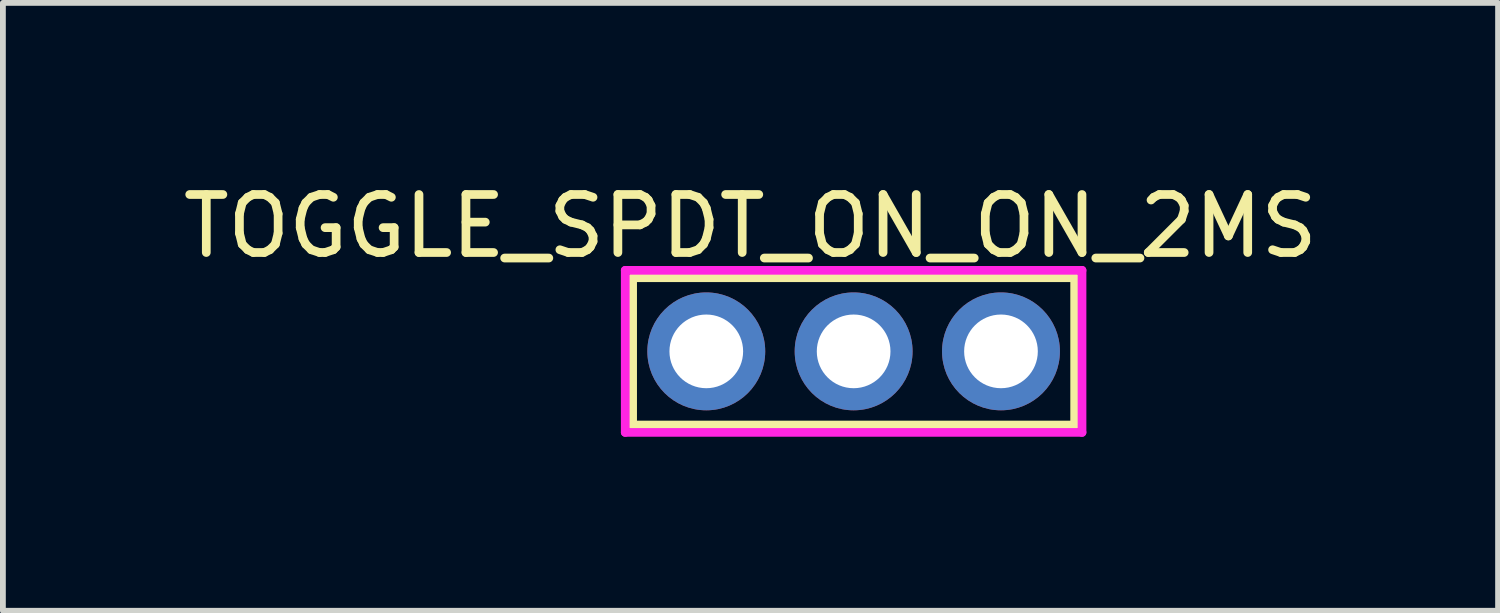
<source format=kicad_pcb>
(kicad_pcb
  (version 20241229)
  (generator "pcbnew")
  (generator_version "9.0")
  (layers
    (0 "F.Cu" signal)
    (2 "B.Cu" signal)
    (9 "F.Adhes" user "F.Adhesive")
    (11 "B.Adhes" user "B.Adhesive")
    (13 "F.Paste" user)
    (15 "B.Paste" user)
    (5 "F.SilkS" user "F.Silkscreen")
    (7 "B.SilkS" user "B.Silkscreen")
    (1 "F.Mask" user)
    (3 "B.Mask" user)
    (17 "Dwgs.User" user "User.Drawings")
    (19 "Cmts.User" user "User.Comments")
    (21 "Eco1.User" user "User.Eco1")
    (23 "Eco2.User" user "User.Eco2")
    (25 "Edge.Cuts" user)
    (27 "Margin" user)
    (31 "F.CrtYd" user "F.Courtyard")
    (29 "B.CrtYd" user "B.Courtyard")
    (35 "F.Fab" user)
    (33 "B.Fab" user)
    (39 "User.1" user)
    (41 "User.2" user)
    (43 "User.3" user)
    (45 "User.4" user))
  (footprint "TOGGLE_SPDT_ON_ON_2MS"
    (layer "F.Cu")
    (at 9.125 3.007)
    (property "Reference" "TOGGLE_SPDT_ON_ON_2MS" (at 0.762 -2.159 0) (layer "F.SilkS") (effects (font (size 1 1) (thickness 0.15))))
    (attr through_hole)
    (fp_line (start -1.27 -1.27) (end 6.35 -1.27) (stroke (width 0.15) (type solid)) (layer "F.SilkS"))
    (fp_line (start -1.27 1.27) (end -1.27 -1.27) (stroke (width 0.15) (type solid)) (layer "F.SilkS"))
    (fp_line (start 6.35 -1.27) (end 6.35 1.27) (stroke (width 0.15) (type solid)) (layer "F.SilkS"))
    (fp_line (start 6.35 1.27) (end -1.27 1.27) (stroke (width 0.15) (type solid)) (layer "F.SilkS"))
    (fp_line (start -1.397 -1.397) (end 6.477 -1.397) (stroke (width 0.15) (type solid)) (layer "F.CrtYd"))
    (fp_line (start -1.397 1.397) (end -1.397 -1.397) (stroke (width 0.15) (type solid)) (layer "F.CrtYd"))
    (fp_line (start 6.477 -1.397) (end 6.477 1.397) (stroke (width 0.15) (type solid)) (layer "F.CrtYd"))
    (fp_line (start 6.477 1.397) (end -1.397 1.397) (stroke (width 0.15) (type solid)) (layer "F.CrtYd"))
    (pad "1" thru_hole circle (at 0 0) (size 2.032 2.032) (drill 1.27) (layers "*.Cu" "*.Mask"))
    (pad "2" thru_hole circle (at 2.54 0) (size 2.032 2.032) (drill 1.27) (layers "*.Cu" "*.Mask"))
    (pad "3" thru_hole circle (at 5.08 0) (size 2.032 2.032) (drill 1.27) (layers "*.Cu" "*.Mask")))
  (gr_rect
    (start -3 -3)
    (end 22.774 7.479)
    (stroke (width 0.1) (type default))
    (fill no)
    (layer "Edge.Cuts")))
</source>
